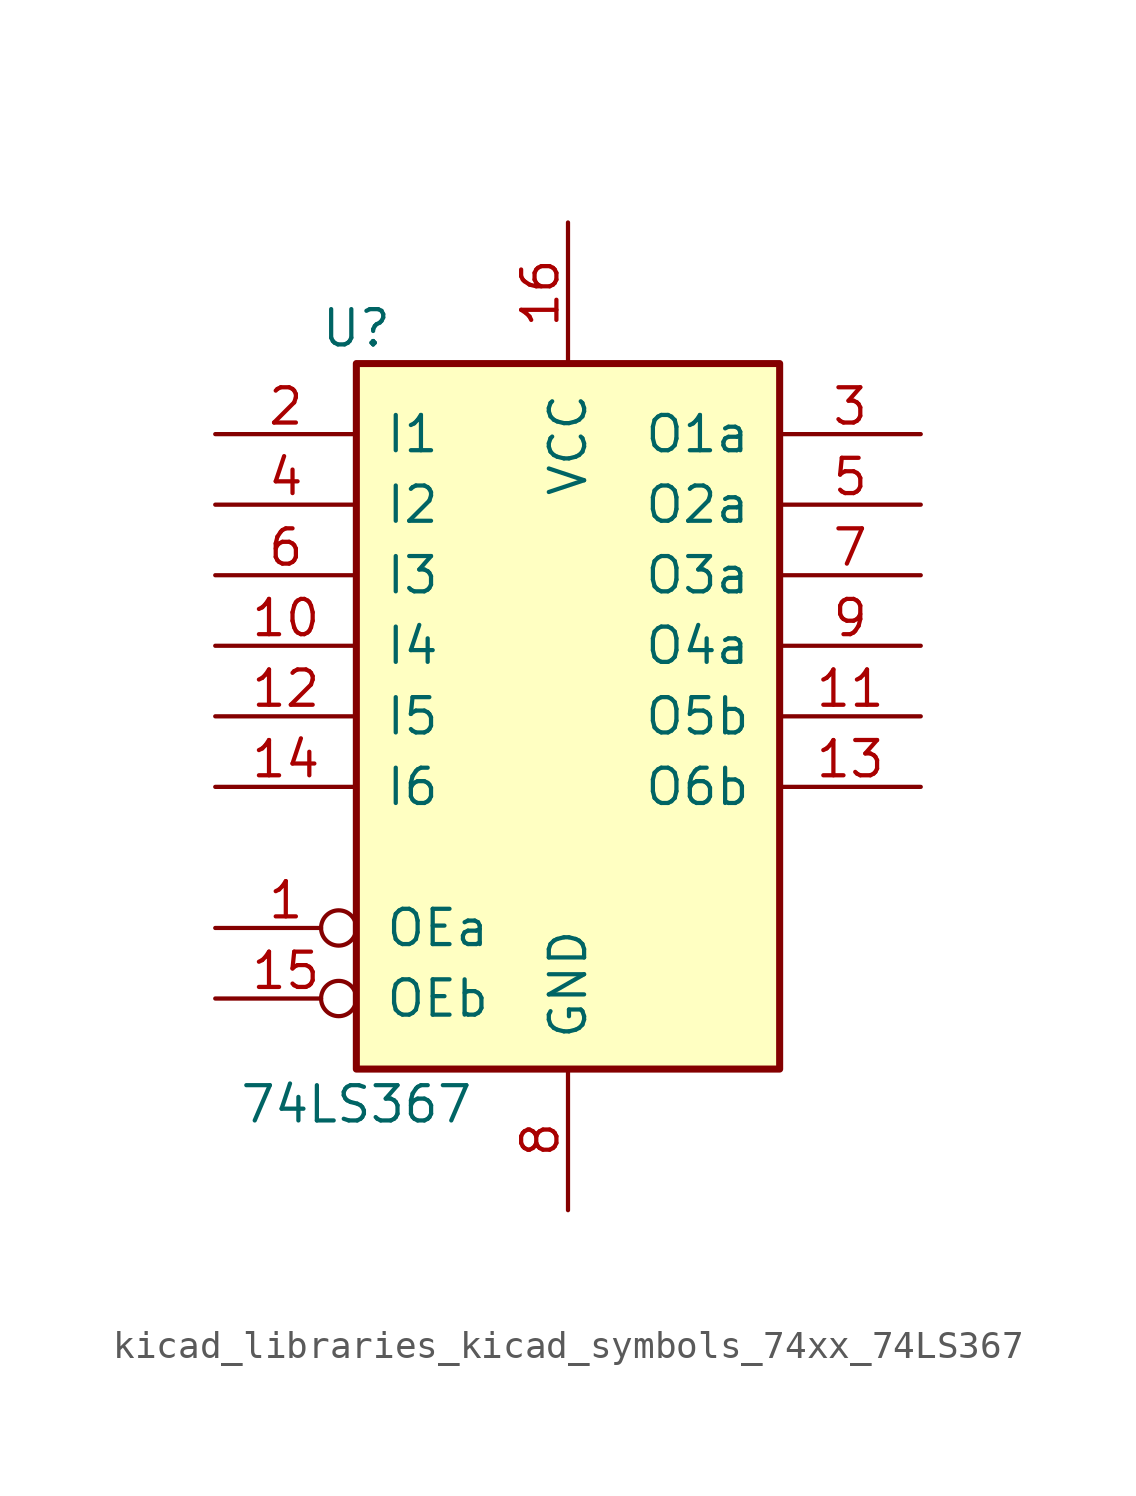
<source format=kicad_sym>
(kicad_symbol_lib
  (version 20220914)
  (generator kicad_symbol_editor)
  (symbol "kicad_libraries_kicad_symbols_74xx_74LS367"
    (pin_names
      (offset 1.016))
    (property "Reference" "U"
      (at -7.62 13.97 0)
      (effects (font (size 1.27 1.27))))
    (property "Value" "74LS367"
      (at -7.62 -13.97 0)
      (effects (font (size 1.27 1.27))))
    (property "ki_locked" ""
      (at 0 0 0)
      (effects (font (size 1.27 1.27))))
    (symbol "kicad_libraries_kicad_symbols_74xx_74LS367_1_0"
      (pin input inverted (at -12.7 -7.62 0) (length 5.08) (name "OEa" (effects (font (size 1.27 1.27)))) (number "1" (effects (font (size 1.27 1.27)))))
      (pin input line (at -12.7 2.54 0) (length 5.08) (name "I4" (effects (font (size 1.27 1.27)))) (number "10" (effects (font (size 1.27 1.27)))))
      (pin tri_state line (at 12.7 0 180) (length 5.08) (name "O5b" (effects (font (size 1.27 1.27)))) (number "11" (effects (font (size 1.27 1.27)))))
      (pin input line (at -12.7 0 0) (length 5.08) (name "I5" (effects (font (size 1.27 1.27)))) (number "12" (effects (font (size 1.27 1.27)))))
      (pin tri_state line (at 12.7 -2.54 180) (length 5.08) (name "O6b" (effects (font (size 1.27 1.27)))) (number "13" (effects (font (size 1.27 1.27)))))
      (pin input line (at -12.7 -2.54 0) (length 5.08) (name "I6" (effects (font (size 1.27 1.27)))) (number "14" (effects (font (size 1.27 1.27)))))
      (pin input inverted (at -12.7 -10.16 0) (length 5.08) (name "OEb" (effects (font (size 1.27 1.27)))) (number "15" (effects (font (size 1.27 1.27)))))
      (pin power_in line (at 0 17.78 270) (length 5.08) (name "VCC" (effects (font (size 1.27 1.27)))) (number "16" (effects (font (size 1.27 1.27)))))
      (pin input line (at -12.7 10.16 0) (length 5.08) (name "I1" (effects (font (size 1.27 1.27)))) (number "2" (effects (font (size 1.27 1.27)))))
      (pin tri_state line (at 12.7 10.16 180) (length 5.08) (name "O1a" (effects (font (size 1.27 1.27)))) (number "3" (effects (font (size 1.27 1.27)))))
      (pin input line (at -12.7 7.62 0) (length 5.08) (name "I2" (effects (font (size 1.27 1.27)))) (number "4" (effects (font (size 1.27 1.27)))))
      (pin tri_state line (at 12.7 7.62 180) (length 5.08) (name "O2a" (effects (font (size 1.27 1.27)))) (number "5" (effects (font (size 1.27 1.27)))))
      (pin input line (at -12.7 5.08 0) (length 5.08) (name "I3" (effects (font (size 1.27 1.27)))) (number "6" (effects (font (size 1.27 1.27)))))
      (pin tri_state line (at 12.7 5.08 180) (length 5.08) (name "O3a" (effects (font (size 1.27 1.27)))) (number "7" (effects (font (size 1.27 1.27)))))
      (pin power_in line (at 0 -17.78 90) (length 5.08) (name "GND" (effects (font (size 1.27 1.27)))) (number "8" (effects (font (size 1.27 1.27)))))
      (pin tri_state line (at 12.7 2.54 180) (length 5.08) (name "O4a" (effects (font (size 1.27 1.27)))) (number "9" (effects (font (size 1.27 1.27))))))
    (symbol "kicad_libraries_kicad_symbols_74xx_74LS367_1_1"
      (rectangle (start -7.62 12.7) (end 7.62 -12.7) (stroke (width 0.254) (type default)) (fill (type background))))))
</source>
